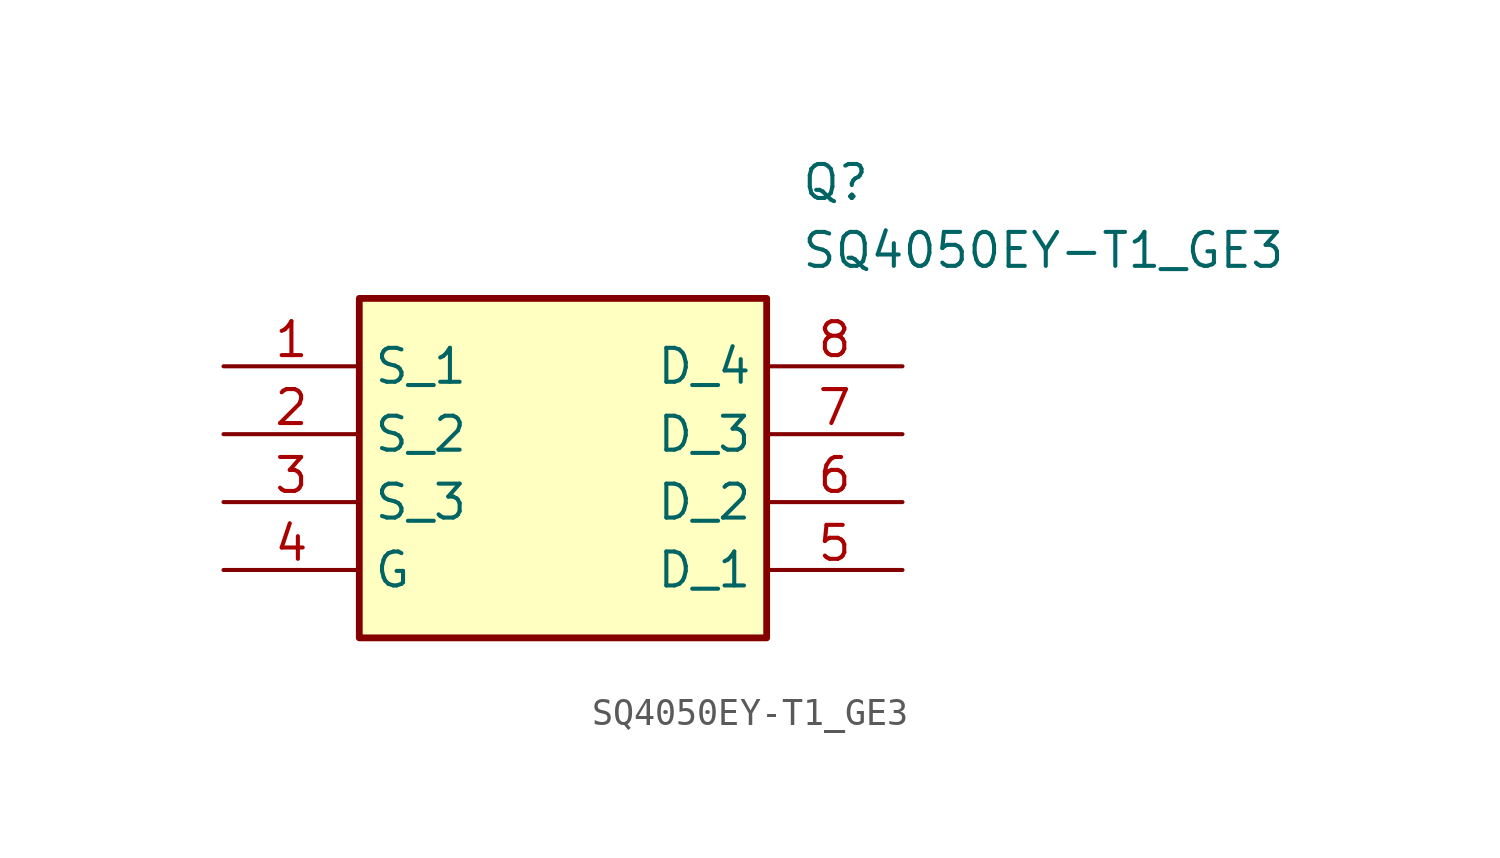
<source format=kicad_sym>
(kicad_symbol_lib
  (version 20211014)
  (generator SamacSys_ECAD_Model)
  (symbol "SQ4050EY-T1_GE3"
    (property "Reference" "Q"
      (at 21.59 7.62 0)
      (effects (font (size 1.27 1.27)) (justify left top)))
    (property "Value" "SQ4050EY-T1_GE3"
      (at 21.59 5.08 0)
      (effects (font (size 1.27 1.27)) (justify left top)))
    (rectangle
      (start 5.08 2.54)
      (end 20.32 -10.16)
      (stroke (width 0.254) (type default))
      (fill (type background)))
    (pin passive line
      (at 0 0 0)
      (length 5.08)
      (name "S_1" (effects (font (size 1.27 1.27))))
      (number "1" (effects (font (size 1.27 1.27)))))
    (pin passive line
      (at 0 -2.54 0)
      (length 5.08)
      (name "S_2" (effects (font (size 1.27 1.27))))
      (number "2" (effects (font (size 1.27 1.27)))))
    (pin passive line
      (at 0 -5.08 0)
      (length 5.08)
      (name "S_3" (effects (font (size 1.27 1.27))))
      (number "3" (effects (font (size 1.27 1.27)))))
    (pin passive line
      (at 0 -7.62 0)
      (length 5.08)
      (name "G" (effects (font (size 1.27 1.27))))
      (number "4" (effects (font (size 1.27 1.27)))))
    (pin passive line
      (at 25.4 0 180)
      (length 5.08)
      (name "D_4" (effects (font (size 1.27 1.27))))
      (number "8" (effects (font (size 1.27 1.27)))))
    (pin passive line
      (at 25.4 -2.54 180)
      (length 5.08)
      (name "D_3" (effects (font (size 1.27 1.27))))
      (number "7" (effects (font (size 1.27 1.27)))))
    (pin passive line
      (at 25.4 -5.08 180)
      (length 5.08)
      (name "D_2" (effects (font (size 1.27 1.27))))
      (number "6" (effects (font (size 1.27 1.27)))))
    (pin passive line
      (at 25.4 -7.62 180)
      (length 5.08)
      (name "D_1" (effects (font (size 1.27 1.27))))
      (number "5" (effects (font (size 1.27 1.27)))))))
</source>
